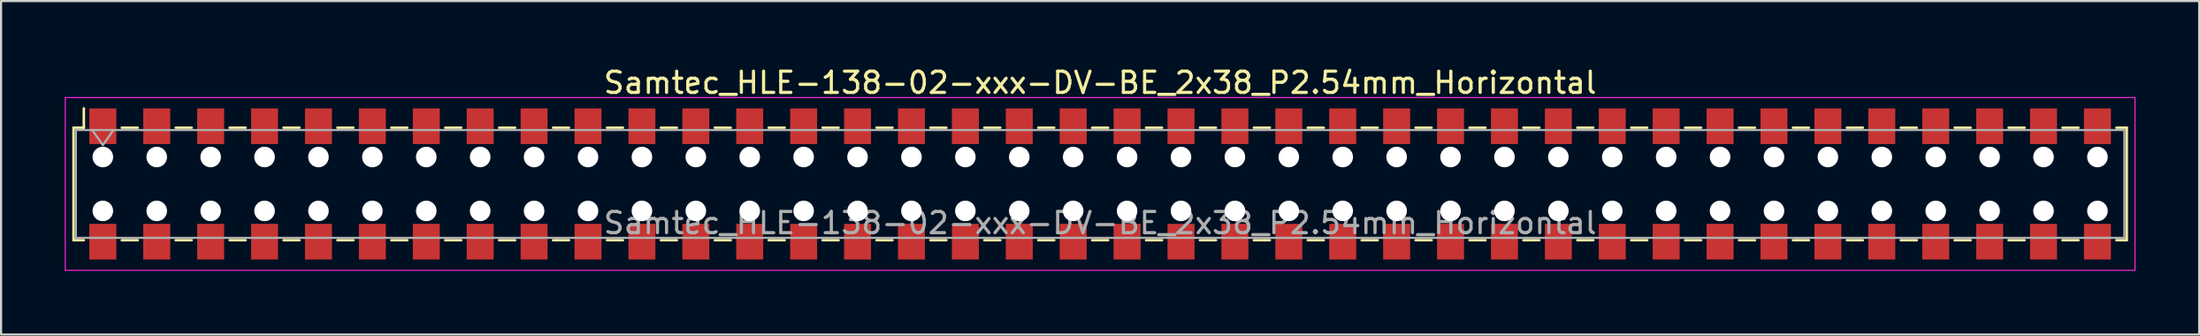
<source format=kicad_pcb>
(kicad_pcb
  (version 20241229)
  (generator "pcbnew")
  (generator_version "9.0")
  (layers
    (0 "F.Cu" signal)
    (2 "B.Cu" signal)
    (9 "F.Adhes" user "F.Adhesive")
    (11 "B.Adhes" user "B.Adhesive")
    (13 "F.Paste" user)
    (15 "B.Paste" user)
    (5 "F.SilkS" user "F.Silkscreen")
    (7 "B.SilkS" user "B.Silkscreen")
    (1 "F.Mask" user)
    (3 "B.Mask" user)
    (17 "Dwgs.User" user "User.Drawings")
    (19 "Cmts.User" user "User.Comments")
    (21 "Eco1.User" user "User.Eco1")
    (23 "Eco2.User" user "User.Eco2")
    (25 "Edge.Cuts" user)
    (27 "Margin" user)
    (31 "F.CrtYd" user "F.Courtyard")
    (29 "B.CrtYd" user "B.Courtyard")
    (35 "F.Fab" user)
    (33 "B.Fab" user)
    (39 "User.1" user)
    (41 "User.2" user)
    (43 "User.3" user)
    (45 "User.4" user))
  (footprint "Samtec_HLE-138-02-xxx-DV-BE_2x38_P2.54mm_Horizontal"
    (layer "F.Cu")
    (at 48.785 5.618)
    (property "Reference" "Samtec_HLE-138-02-xxx-DV-BE_2x38_P2.54mm_Horizontal" (at 0 -4.77 0) (layer "F.SilkS") (effects (font (size 1 1) (thickness 0.15))))
    (attr smd)
    (fp_line (start -48.37 -2.65) (end -48.37 2.65) (stroke (width 0.12) (type solid)) (layer "F.SilkS"))
    (fp_line (start -48.37 2.65) (end -47.885 2.65) (stroke (width 0.12) (type solid)) (layer "F.SilkS"))
    (fp_line (start -47.885 -3.56) (end -47.885 -2.65) (stroke (width 0.12) (type solid)) (layer "F.SilkS"))
    (fp_line (start -47.885 -2.65) (end -48.37 -2.65) (stroke (width 0.12) (type solid)) (layer "F.SilkS"))
    (fp_line (start -46.095 -2.65) (end -45.345 -2.65) (stroke (width 0.12) (type solid)) (layer "F.SilkS"))
    (fp_line (start -46.095 2.65) (end -45.345 2.65) (stroke (width 0.12) (type solid)) (layer "F.SilkS"))
    (fp_line (start -43.555 -2.65) (end -42.805 -2.65) (stroke (width 0.12) (type solid)) (layer "F.SilkS"))
    (fp_line (start -43.555 2.65) (end -42.805 2.65) (stroke (width 0.12) (type solid)) (layer "F.SilkS"))
    (fp_line (start -41.015 -2.65) (end -40.265 -2.65) (stroke (width 0.12) (type solid)) (layer "F.SilkS"))
    (fp_line (start -41.015 2.65) (end -40.265 2.65) (stroke (width 0.12) (type solid)) (layer "F.SilkS"))
    (fp_line (start -38.475 -2.65) (end -37.725 -2.65) (stroke (width 0.12) (type solid)) (layer "F.SilkS"))
    (fp_line (start -38.475 2.65) (end -37.725 2.65) (stroke (width 0.12) (type solid)) (layer "F.SilkS"))
    (fp_line (start -35.935 -2.65) (end -35.185 -2.65) (stroke (width 0.12) (type solid)) (layer "F.SilkS"))
    (fp_line (start -35.935 2.65) (end -35.185 2.65) (stroke (width 0.12) (type solid)) (layer "F.SilkS"))
    (fp_line (start -33.395 -2.65) (end -32.645 -2.65) (stroke (width 0.12) (type solid)) (layer "F.SilkS"))
    (fp_line (start -33.395 2.65) (end -32.645 2.65) (stroke (width 0.12) (type solid)) (layer "F.SilkS"))
    (fp_line (start -30.855 -2.65) (end -30.105 -2.65) (stroke (width 0.12) (type solid)) (layer "F.SilkS"))
    (fp_line (start -30.855 2.65) (end -30.105 2.65) (stroke (width 0.12) (type solid)) (layer "F.SilkS"))
    (fp_line (start -28.315 -2.65) (end -27.565 -2.65) (stroke (width 0.12) (type solid)) (layer "F.SilkS"))
    (fp_line (start -28.315 2.65) (end -27.565 2.65) (stroke (width 0.12) (type solid)) (layer "F.SilkS"))
    (fp_line (start -25.775 -2.65) (end -25.025 -2.65) (stroke (width 0.12) (type solid)) (layer "F.SilkS"))
    (fp_line (start -25.775 2.65) (end -25.025 2.65) (stroke (width 0.12) (type solid)) (layer "F.SilkS"))
    (fp_line (start -23.235 -2.65) (end -22.485 -2.65) (stroke (width 0.12) (type solid)) (layer "F.SilkS"))
    (fp_line (start -23.235 2.65) (end -22.485 2.65) (stroke (width 0.12) (type solid)) (layer "F.SilkS"))
    (fp_line (start -20.695 -2.65) (end -19.945 -2.65) (stroke (width 0.12) (type solid)) (layer "F.SilkS"))
    (fp_line (start -20.695 2.65) (end -19.945 2.65) (stroke (width 0.12) (type solid)) (layer "F.SilkS"))
    (fp_line (start -18.155 -2.65) (end -17.405 -2.65) (stroke (width 0.12) (type solid)) (layer "F.SilkS"))
    (fp_line (start -18.155 2.65) (end -17.405 2.65) (stroke (width 0.12) (type solid)) (layer "F.SilkS"))
    (fp_line (start -15.615 -2.65) (end -14.865 -2.65) (stroke (width 0.12) (type solid)) (layer "F.SilkS"))
    (fp_line (start -15.615 2.65) (end -14.865 2.65) (stroke (width 0.12) (type solid)) (layer "F.SilkS"))
    (fp_line (start -13.075 -2.65) (end -12.325 -2.65) (stroke (width 0.12) (type solid)) (layer "F.SilkS"))
    (fp_line (start -13.075 2.65) (end -12.325 2.65) (stroke (width 0.12) (type solid)) (layer "F.SilkS"))
    (fp_line (start -10.535 -2.65) (end -9.785 -2.65) (stroke (width 0.12) (type solid)) (layer "F.SilkS"))
    (fp_line (start -10.535 2.65) (end -9.785 2.65) (stroke (width 0.12) (type solid)) (layer "F.SilkS"))
    (fp_line (start -7.995 -2.65) (end -7.245 -2.65) (stroke (width 0.12) (type solid)) (layer "F.SilkS"))
    (fp_line (start -7.995 2.65) (end -7.245 2.65) (stroke (width 0.12) (type solid)) (layer "F.SilkS"))
    (fp_line (start -5.455 -2.65) (end -4.705 -2.65) (stroke (width 0.12) (type solid)) (layer "F.SilkS"))
    (fp_line (start -5.455 2.65) (end -4.705 2.65) (stroke (width 0.12) (type solid)) (layer "F.SilkS"))
    (fp_line (start -2.915 -2.65) (end -2.165 -2.65) (stroke (width 0.12) (type solid)) (layer "F.SilkS"))
    (fp_line (start -2.915 2.65) (end -2.165 2.65) (stroke (width 0.12) (type solid)) (layer "F.SilkS"))
    (fp_line (start -0.375 -2.65) (end 0.375 -2.65) (stroke (width 0.12) (type solid)) (layer "F.SilkS"))
    (fp_line (start -0.375 2.65) (end 0.375 2.65) (stroke (width 0.12) (type solid)) (layer "F.SilkS"))
    (fp_line (start 2.165 -2.65) (end 2.915 -2.65) (stroke (width 0.12) (type solid)) (layer "F.SilkS"))
    (fp_line (start 2.165 2.65) (end 2.915 2.65) (stroke (width 0.12) (type solid)) (layer "F.SilkS"))
    (fp_line (start 4.705 -2.65) (end 5.455 -2.65) (stroke (width 0.12) (type solid)) (layer "F.SilkS"))
    (fp_line (start 4.705 2.65) (end 5.455 2.65) (stroke (width 0.12) (type solid)) (layer "F.SilkS"))
    (fp_line (start 7.245 -2.65) (end 7.995 -2.65) (stroke (width 0.12) (type solid)) (layer "F.SilkS"))
    (fp_line (start 7.245 2.65) (end 7.995 2.65) (stroke (width 0.12) (type solid)) (layer "F.SilkS"))
    (fp_line (start 9.785 -2.65) (end 10.535 -2.65) (stroke (width 0.12) (type solid)) (layer "F.SilkS"))
    (fp_line (start 9.785 2.65) (end 10.535 2.65) (stroke (width 0.12) (type solid)) (layer "F.SilkS"))
    (fp_line (start 12.325 -2.65) (end 13.075 -2.65) (stroke (width 0.12) (type solid)) (layer "F.SilkS"))
    (fp_line (start 12.325 2.65) (end 13.075 2.65) (stroke (width 0.12) (type solid)) (layer "F.SilkS"))
    (fp_line (start 14.865 -2.65) (end 15.615 -2.65) (stroke (width 0.12) (type solid)) (layer "F.SilkS"))
    (fp_line (start 14.865 2.65) (end 15.615 2.65) (stroke (width 0.12) (type solid)) (layer "F.SilkS"))
    (fp_line (start 17.405 -2.65) (end 18.155 -2.65) (stroke (width 0.12) (type solid)) (layer "F.SilkS"))
    (fp_line (start 17.405 2.65) (end 18.155 2.65) (stroke (width 0.12) (type solid)) (layer "F.SilkS"))
    (fp_line (start 19.945 -2.65) (end 20.695 -2.65) (stroke (width 0.12) (type solid)) (layer "F.SilkS"))
    (fp_line (start 19.945 2.65) (end 20.695 2.65) (stroke (width 0.12) (type solid)) (layer "F.SilkS"))
    (fp_line (start 22.485 -2.65) (end 23.235 -2.65) (stroke (width 0.12) (type solid)) (layer "F.SilkS"))
    (fp_line (start 22.485 2.65) (end 23.235 2.65) (stroke (width 0.12) (type solid)) (layer "F.SilkS"))
    (fp_line (start 25.025 -2.65) (end 25.775 -2.65) (stroke (width 0.12) (type solid)) (layer "F.SilkS"))
    (fp_line (start 25.025 2.65) (end 25.775 2.65) (stroke (width 0.12) (type solid)) (layer "F.SilkS"))
    (fp_line (start 27.565 -2.65) (end 28.315 -2.65) (stroke (width 0.12) (type solid)) (layer "F.SilkS"))
    (fp_line (start 27.565 2.65) (end 28.315 2.65) (stroke (width 0.12) (type solid)) (layer "F.SilkS"))
    (fp_line (start 30.105 -2.65) (end 30.855 -2.65) (stroke (width 0.12) (type solid)) (layer "F.SilkS"))
    (fp_line (start 30.105 2.65) (end 30.855 2.65) (stroke (width 0.12) (type solid)) (layer "F.SilkS"))
    (fp_line (start 32.645 -2.65) (end 33.395 -2.65) (stroke (width 0.12) (type solid)) (layer "F.SilkS"))
    (fp_line (start 32.645 2.65) (end 33.395 2.65) (stroke (width 0.12) (type solid)) (layer "F.SilkS"))
    (fp_line (start 35.185 -2.65) (end 35.935 -2.65) (stroke (width 0.12) (type solid)) (layer "F.SilkS"))
    (fp_line (start 35.185 2.65) (end 35.935 2.65) (stroke (width 0.12) (type solid)) (layer "F.SilkS"))
    (fp_line (start 37.725 -2.65) (end 38.475 -2.65) (stroke (width 0.12) (type solid)) (layer "F.SilkS"))
    (fp_line (start 37.725 2.65) (end 38.475 2.65) (stroke (width 0.12) (type solid)) (layer "F.SilkS"))
    (fp_line (start 40.265 -2.65) (end 41.015 -2.65) (stroke (width 0.12) (type solid)) (layer "F.SilkS"))
    (fp_line (start 40.265 2.65) (end 41.015 2.65) (stroke (width 0.12) (type solid)) (layer "F.SilkS"))
    (fp_line (start 42.805 -2.65) (end 43.555 -2.65) (stroke (width 0.12) (type solid)) (layer "F.SilkS"))
    (fp_line (start 42.805 2.65) (end 43.555 2.65) (stroke (width 0.12) (type solid)) (layer "F.SilkS"))
    (fp_line (start 45.345 -2.65) (end 46.095 -2.65) (stroke (width 0.12) (type solid)) (layer "F.SilkS"))
    (fp_line (start 45.345 2.65) (end 46.095 2.65) (stroke (width 0.12) (type solid)) (layer "F.SilkS"))
    (fp_line (start 47.885 -2.65) (end 48.37 -2.65) (stroke (width 0.12) (type solid)) (layer "F.SilkS"))
    (fp_line (start 48.37 -2.65) (end 48.37 2.65) (stroke (width 0.12) (type solid)) (layer "F.SilkS"))
    (fp_line (start 48.37 2.65) (end 47.885 2.65) (stroke (width 0.12) (type solid)) (layer "F.SilkS"))
    (fp_line (start -48.76 -4.07) (end 48.76 -4.07) (stroke (width 0.05) (type solid)) (layer "F.CrtYd"))
    (fp_line (start -48.76 4.07) (end -48.76 -4.07) (stroke (width 0.05) (type solid)) (layer "F.CrtYd"))
    (fp_line (start 48.76 -4.07) (end 48.76 4.07) (stroke (width 0.05) (type solid)) (layer "F.CrtYd"))
    (fp_line (start 48.76 4.07) (end -48.76 4.07) (stroke (width 0.05) (type solid)) (layer "F.CrtYd"))
    (fp_line (start -48.26 -2.54) (end 48.26 -2.54) (stroke (width 0.1) (type solid)) (layer "F.Fab"))
    (fp_line (start -48.26 2.54) (end -48.26 -2.54) (stroke (width 0.1) (type solid)) (layer "F.Fab"))
    (fp_line (start -47.49 -2.54) (end -46.99 -1.833) (stroke (width 0.1) (type solid)) (layer "F.Fab"))
    (fp_line (start -46.99 -1.833) (end -46.49 -2.54) (stroke (width 0.1) (type solid)) (layer "F.Fab"))
    (fp_line (start 48.26 -2.54) (end 48.26 2.54) (stroke (width 0.1) (type solid)) (layer "F.Fab"))
    (fp_line (start 48.26 2.54) (end -48.26 2.54) (stroke (width 0.1) (type solid)) (layer "F.Fab"))
    (fp_text user "${REFERENCE}" (at 0 1.84 0) (layer "F.Fab") (effects (font (size 1 1) (thickness 0.15))))
    (pad "" np_thru_hole circle (at -46.99 -1.27) (size 0.97 0.97) (drill 0.97) (layers "*.Cu" "*.Mask"))
    (pad "" np_thru_hole circle (at -46.99 1.27) (size 0.97 0.97) (drill 0.97) (layers "*.Cu" "*.Mask"))
    (pad "" np_thru_hole circle (at -44.45 -1.27) (size 0.97 0.97) (drill 0.97) (layers "*.Cu" "*.Mask"))
    (pad "" np_thru_hole circle (at -44.45 1.27) (size 0.97 0.97) (drill 0.97) (layers "*.Cu" "*.Mask"))
    (pad "" np_thru_hole circle (at -41.91 -1.27) (size 0.97 0.97) (drill 0.97) (layers "*.Cu" "*.Mask"))
    (pad "" np_thru_hole circle (at -41.91 1.27) (size 0.97 0.97) (drill 0.97) (layers "*.Cu" "*.Mask"))
    (pad "" np_thru_hole circle (at -39.37 -1.27) (size 0.97 0.97) (drill 0.97) (layers "*.Cu" "*.Mask"))
    (pad "" np_thru_hole circle (at -39.37 1.27) (size 0.97 0.97) (drill 0.97) (layers "*.Cu" "*.Mask"))
    (pad "" np_thru_hole circle (at -36.83 -1.27) (size 0.97 0.97) (drill 0.97) (layers "*.Cu" "*.Mask"))
    (pad "" np_thru_hole circle (at -36.83 1.27) (size 0.97 0.97) (drill 0.97) (layers "*.Cu" "*.Mask"))
    (pad "" np_thru_hole circle (at -34.29 -1.27) (size 0.97 0.97) (drill 0.97) (layers "*.Cu" "*.Mask"))
    (pad "" np_thru_hole circle (at -34.29 1.27) (size 0.97 0.97) (drill 0.97) (layers "*.Cu" "*.Mask"))
    (pad "" np_thru_hole circle (at -31.75 -1.27) (size 0.97 0.97) (drill 0.97) (layers "*.Cu" "*.Mask"))
    (pad "" np_thru_hole circle (at -31.75 1.27) (size 0.97 0.97) (drill 0.97) (layers "*.Cu" "*.Mask"))
    (pad "" np_thru_hole circle (at -29.21 -1.27) (size 0.97 0.97) (drill 0.97) (layers "*.Cu" "*.Mask"))
    (pad "" np_thru_hole circle (at -29.21 1.27) (size 0.97 0.97) (drill 0.97) (layers "*.Cu" "*.Mask"))
    (pad "" np_thru_hole circle (at -26.67 -1.27) (size 0.97 0.97) (drill 0.97) (layers "*.Cu" "*.Mask"))
    (pad "" np_thru_hole circle (at -26.67 1.27) (size 0.97 0.97) (drill 0.97) (layers "*.Cu" "*.Mask"))
    (pad "" np_thru_hole circle (at -24.13 -1.27) (size 0.97 0.97) (drill 0.97) (layers "*.Cu" "*.Mask"))
    (pad "" np_thru_hole circle (at -24.13 1.27) (size 0.97 0.97) (drill 0.97) (layers "*.Cu" "*.Mask"))
    (pad "" np_thru_hole circle (at -21.59 -1.27) (size 0.97 0.97) (drill 0.97) (layers "*.Cu" "*.Mask"))
    (pad "" np_thru_hole circle (at -21.59 1.27) (size 0.97 0.97) (drill 0.97) (layers "*.Cu" "*.Mask"))
    (pad "" np_thru_hole circle (at -19.05 -1.27) (size 0.97 0.97) (drill 0.97) (layers "*.Cu" "*.Mask"))
    (pad "" np_thru_hole circle (at -19.05 1.27) (size 0.97 0.97) (drill 0.97) (layers "*.Cu" "*.Mask"))
    (pad "" np_thru_hole circle (at -16.51 -1.27) (size 0.97 0.97) (drill 0.97) (layers "*.Cu" "*.Mask"))
    (pad "" np_thru_hole circle (at -16.51 1.27) (size 0.97 0.97) (drill 0.97) (layers "*.Cu" "*.Mask"))
    (pad "" np_thru_hole circle (at -13.97 -1.27) (size 0.97 0.97) (drill 0.97) (layers "*.Cu" "*.Mask"))
    (pad "" np_thru_hole circle (at -13.97 1.27) (size 0.97 0.97) (drill 0.97) (layers "*.Cu" "*.Mask"))
    (pad "" np_thru_hole circle (at -11.43 -1.27) (size 0.97 0.97) (drill 0.97) (layers "*.Cu" "*.Mask"))
    (pad "" np_thru_hole circle (at -11.43 1.27) (size 0.97 0.97) (drill 0.97) (layers "*.Cu" "*.Mask"))
    (pad "" np_thru_hole circle (at -8.89 -1.27) (size 0.97 0.97) (drill 0.97) (layers "*.Cu" "*.Mask"))
    (pad "" np_thru_hole circle (at -8.89 1.27) (size 0.97 0.97) (drill 0.97) (layers "*.Cu" "*.Mask"))
    (pad "" np_thru_hole circle (at -6.35 -1.27) (size 0.97 0.97) (drill 0.97) (layers "*.Cu" "*.Mask"))
    (pad "" np_thru_hole circle (at -6.35 1.27) (size 0.97 0.97) (drill 0.97) (layers "*.Cu" "*.Mask"))
    (pad "" np_thru_hole circle (at -3.81 -1.27) (size 0.97 0.97) (drill 0.97) (layers "*.Cu" "*.Mask"))
    (pad "" np_thru_hole circle (at -3.81 1.27) (size 0.97 0.97) (drill 0.97) (layers "*.Cu" "*.Mask"))
    (pad "" np_thru_hole circle (at -1.27 -1.27) (size 0.97 0.97) (drill 0.97) (layers "*.Cu" "*.Mask"))
    (pad "" np_thru_hole circle (at -1.27 1.27) (size 0.97 0.97) (drill 0.97) (layers "*.Cu" "*.Mask"))
    (pad "" np_thru_hole circle (at 1.27 -1.27) (size 0.97 0.97) (drill 0.97) (layers "*.Cu" "*.Mask"))
    (pad "" np_thru_hole circle (at 1.27 1.27) (size 0.97 0.97) (drill 0.97) (layers "*.Cu" "*.Mask"))
    (pad "" np_thru_hole circle (at 3.81 -1.27) (size 0.97 0.97) (drill 0.97) (layers "*.Cu" "*.Mask"))
    (pad "" np_thru_hole circle (at 3.81 1.27) (size 0.97 0.97) (drill 0.97) (layers "*.Cu" "*.Mask"))
    (pad "" np_thru_hole circle (at 6.35 -1.27) (size 0.97 0.97) (drill 0.97) (layers "*.Cu" "*.Mask"))
    (pad "" np_thru_hole circle (at 6.35 1.27) (size 0.97 0.97) (drill 0.97) (layers "*.Cu" "*.Mask"))
    (pad "" np_thru_hole circle (at 8.89 -1.27) (size 0.97 0.97) (drill 0.97) (layers "*.Cu" "*.Mask"))
    (pad "" np_thru_hole circle (at 8.89 1.27) (size 0.97 0.97) (drill 0.97) (layers "*.Cu" "*.Mask"))
    (pad "" np_thru_hole circle (at 11.43 -1.27) (size 0.97 0.97) (drill 0.97) (layers "*.Cu" "*.Mask"))
    (pad "" np_thru_hole circle (at 11.43 1.27) (size 0.97 0.97) (drill 0.97) (layers "*.Cu" "*.Mask"))
    (pad "" np_thru_hole circle (at 13.97 -1.27) (size 0.97 0.97) (drill 0.97) (layers "*.Cu" "*.Mask"))
    (pad "" np_thru_hole circle (at 13.97 1.27) (size 0.97 0.97) (drill 0.97) (layers "*.Cu" "*.Mask"))
    (pad "" np_thru_hole circle (at 16.51 -1.27) (size 0.97 0.97) (drill 0.97) (layers "*.Cu" "*.Mask"))
    (pad "" np_thru_hole circle (at 16.51 1.27) (size 0.97 0.97) (drill 0.97) (layers "*.Cu" "*.Mask"))
    (pad "" np_thru_hole circle (at 19.05 -1.27) (size 0.97 0.97) (drill 0.97) (layers "*.Cu" "*.Mask"))
    (pad "" np_thru_hole circle (at 19.05 1.27) (size 0.97 0.97) (drill 0.97) (layers "*.Cu" "*.Mask"))
    (pad "" np_thru_hole circle (at 21.59 -1.27) (size 0.97 0.97) (drill 0.97) (layers "*.Cu" "*.Mask"))
    (pad "" np_thru_hole circle (at 21.59 1.27) (size 0.97 0.97) (drill 0.97) (layers "*.Cu" "*.Mask"))
    (pad "" np_thru_hole circle (at 24.13 -1.27) (size 0.97 0.97) (drill 0.97) (layers "*.Cu" "*.Mask"))
    (pad "" np_thru_hole circle (at 24.13 1.27) (size 0.97 0.97) (drill 0.97) (layers "*.Cu" "*.Mask"))
    (pad "" np_thru_hole circle (at 26.67 -1.27) (size 0.97 0.97) (drill 0.97) (layers "*.Cu" "*.Mask"))
    (pad "" np_thru_hole circle (at 26.67 1.27) (size 0.97 0.97) (drill 0.97) (layers "*.Cu" "*.Mask"))
    (pad "" np_thru_hole circle (at 29.21 -1.27) (size 0.97 0.97) (drill 0.97) (layers "*.Cu" "*.Mask"))
    (pad "" np_thru_hole circle (at 29.21 1.27) (size 0.97 0.97) (drill 0.97) (layers "*.Cu" "*.Mask"))
    (pad "" np_thru_hole circle (at 31.75 -1.27) (size 0.97 0.97) (drill 0.97) (layers "*.Cu" "*.Mask"))
    (pad "" np_thru_hole circle (at 31.75 1.27) (size 0.97 0.97) (drill 0.97) (layers "*.Cu" "*.Mask"))
    (pad "" np_thru_hole circle (at 34.29 -1.27) (size 0.97 0.97) (drill 0.97) (layers "*.Cu" "*.Mask"))
    (pad "" np_thru_hole circle (at 34.29 1.27) (size 0.97 0.97) (drill 0.97) (layers "*.Cu" "*.Mask"))
    (pad "" np_thru_hole circle (at 36.83 -1.27) (size 0.97 0.97) (drill 0.97) (layers "*.Cu" "*.Mask"))
    (pad "" np_thru_hole circle (at 36.83 1.27) (size 0.97 0.97) (drill 0.97) (layers "*.Cu" "*.Mask"))
    (pad "" np_thru_hole circle (at 39.37 -1.27) (size 0.97 0.97) (drill 0.97) (layers "*.Cu" "*.Mask"))
    (pad "" np_thru_hole circle (at 39.37 1.27) (size 0.97 0.97) (drill 0.97) (layers "*.Cu" "*.Mask"))
    (pad "" np_thru_hole circle (at 41.91 -1.27) (size 0.97 0.97) (drill 0.97) (layers "*.Cu" "*.Mask"))
    (pad "" np_thru_hole circle (at 41.91 1.27) (size 0.97 0.97) (drill 0.97) (layers "*.Cu" "*.Mask"))
    (pad "" np_thru_hole circle (at 44.45 -1.27) (size 0.97 0.97) (drill 0.97) (layers "*.Cu" "*.Mask"))
    (pad "" np_thru_hole circle (at 44.45 1.27) (size 0.97 0.97) (drill 0.97) (layers "*.Cu" "*.Mask"))
    (pad "" np_thru_hole circle (at 46.99 -1.27) (size 0.97 0.97) (drill 0.97) (layers "*.Cu" "*.Mask"))
    (pad "" np_thru_hole circle (at 46.99 1.27) (size 0.97 0.97) (drill 0.97) (layers "*.Cu" "*.Mask"))
    (pad "1" smd rect (at -46.99 -2.72) (size 1.27 1.68) (layers "F.Cu" "F.Mask" "F.Paste"))
    (pad "2" smd rect (at -46.99 2.72) (size 1.27 1.68) (layers "F.Cu" "F.Mask" "F.Paste"))
    (pad "3" smd rect (at -44.45 -2.72) (size 1.27 1.68) (layers "F.Cu" "F.Mask" "F.Paste"))
    (pad "4" smd rect (at -44.45 2.72) (size 1.27 1.68) (layers "F.Cu" "F.Mask" "F.Paste"))
    (pad "5" smd rect (at -41.91 -2.72) (size 1.27 1.68) (layers "F.Cu" "F.Mask" "F.Paste"))
    (pad "6" smd rect (at -41.91 2.72) (size 1.27 1.68) (layers "F.Cu" "F.Mask" "F.Paste"))
    (pad "7" smd rect (at -39.37 -2.72) (size 1.27 1.68) (layers "F.Cu" "F.Mask" "F.Paste"))
    (pad "8" smd rect (at -39.37 2.72) (size 1.27 1.68) (layers "F.Cu" "F.Mask" "F.Paste"))
    (pad "9" smd rect (at -36.83 -2.72) (size 1.27 1.68) (layers "F.Cu" "F.Mask" "F.Paste"))
    (pad "10" smd rect (at -36.83 2.72) (size 1.27 1.68) (layers "F.Cu" "F.Mask" "F.Paste"))
    (pad "11" smd rect (at -34.29 -2.72) (size 1.27 1.68) (layers "F.Cu" "F.Mask" "F.Paste"))
    (pad "12" smd rect (at -34.29 2.72) (size 1.27 1.68) (layers "F.Cu" "F.Mask" "F.Paste"))
    (pad "13" smd rect (at -31.75 -2.72) (size 1.27 1.68) (layers "F.Cu" "F.Mask" "F.Paste"))
    (pad "14" smd rect (at -31.75 2.72) (size 1.27 1.68) (layers "F.Cu" "F.Mask" "F.Paste"))
    (pad "15" smd rect (at -29.21 -2.72) (size 1.27 1.68) (layers "F.Cu" "F.Mask" "F.Paste"))
    (pad "16" smd rect (at -29.21 2.72) (size 1.27 1.68) (layers "F.Cu" "F.Mask" "F.Paste"))
    (pad "17" smd rect (at -26.67 -2.72) (size 1.27 1.68) (layers "F.Cu" "F.Mask" "F.Paste"))
    (pad "18" smd rect (at -26.67 2.72) (size 1.27 1.68) (layers "F.Cu" "F.Mask" "F.Paste"))
    (pad "19" smd rect (at -24.13 -2.72) (size 1.27 1.68) (layers "F.Cu" "F.Mask" "F.Paste"))
    (pad "20" smd rect (at -24.13 2.72) (size 1.27 1.68) (layers "F.Cu" "F.Mask" "F.Paste"))
    (pad "21" smd rect (at -21.59 -2.72) (size 1.27 1.68) (layers "F.Cu" "F.Mask" "F.Paste"))
    (pad "22" smd rect (at -21.59 2.72) (size 1.27 1.68) (layers "F.Cu" "F.Mask" "F.Paste"))
    (pad "23" smd rect (at -19.05 -2.72) (size 1.27 1.68) (layers "F.Cu" "F.Mask" "F.Paste"))
    (pad "24" smd rect (at -19.05 2.72) (size 1.27 1.68) (layers "F.Cu" "F.Mask" "F.Paste"))
    (pad "25" smd rect (at -16.51 -2.72) (size 1.27 1.68) (layers "F.Cu" "F.Mask" "F.Paste"))
    (pad "26" smd rect (at -16.51 2.72) (size 1.27 1.68) (layers "F.Cu" "F.Mask" "F.Paste"))
    (pad "27" smd rect (at -13.97 -2.72) (size 1.27 1.68) (layers "F.Cu" "F.Mask" "F.Paste"))
    (pad "28" smd rect (at -13.97 2.72) (size 1.27 1.68) (layers "F.Cu" "F.Mask" "F.Paste"))
    (pad "29" smd rect (at -11.43 -2.72) (size 1.27 1.68) (layers "F.Cu" "F.Mask" "F.Paste"))
    (pad "30" smd rect (at -11.43 2.72) (size 1.27 1.68) (layers "F.Cu" "F.Mask" "F.Paste"))
    (pad "31" smd rect (at -8.89 -2.72) (size 1.27 1.68) (layers "F.Cu" "F.Mask" "F.Paste"))
    (pad "32" smd rect (at -8.89 2.72) (size 1.27 1.68) (layers "F.Cu" "F.Mask" "F.Paste"))
    (pad "33" smd rect (at -6.35 -2.72) (size 1.27 1.68) (layers "F.Cu" "F.Mask" "F.Paste"))
    (pad "34" smd rect (at -6.35 2.72) (size 1.27 1.68) (layers "F.Cu" "F.Mask" "F.Paste"))
    (pad "35" smd rect (at -3.81 -2.72) (size 1.27 1.68) (layers "F.Cu" "F.Mask" "F.Paste"))
    (pad "36" smd rect (at -3.81 2.72) (size 1.27 1.68) (layers "F.Cu" "F.Mask" "F.Paste"))
    (pad "37" smd rect (at -1.27 -2.72) (size 1.27 1.68) (layers "F.Cu" "F.Mask" "F.Paste"))
    (pad "38" smd rect (at -1.27 2.72) (size 1.27 1.68) (layers "F.Cu" "F.Mask" "F.Paste"))
    (pad "39" smd rect (at 1.27 -2.72) (size 1.27 1.68) (layers "F.Cu" "F.Mask" "F.Paste"))
    (pad "40" smd rect (at 1.27 2.72) (size 1.27 1.68) (layers "F.Cu" "F.Mask" "F.Paste"))
    (pad "41" smd rect (at 3.81 -2.72) (size 1.27 1.68) (layers "F.Cu" "F.Mask" "F.Paste"))
    (pad "42" smd rect (at 3.81 2.72) (size 1.27 1.68) (layers "F.Cu" "F.Mask" "F.Paste"))
    (pad "43" smd rect (at 6.35 -2.72) (size 1.27 1.68) (layers "F.Cu" "F.Mask" "F.Paste"))
    (pad "44" smd rect (at 6.35 2.72) (size 1.27 1.68) (layers "F.Cu" "F.Mask" "F.Paste"))
    (pad "45" smd rect (at 8.89 -2.72) (size 1.27 1.68) (layers "F.Cu" "F.Mask" "F.Paste"))
    (pad "46" smd rect (at 8.89 2.72) (size 1.27 1.68) (layers "F.Cu" "F.Mask" "F.Paste"))
    (pad "47" smd rect (at 11.43 -2.72) (size 1.27 1.68) (layers "F.Cu" "F.Mask" "F.Paste"))
    (pad "48" smd rect (at 11.43 2.72) (size 1.27 1.68) (layers "F.Cu" "F.Mask" "F.Paste"))
    (pad "49" smd rect (at 13.97 -2.72) (size 1.27 1.68) (layers "F.Cu" "F.Mask" "F.Paste"))
    (pad "50" smd rect (at 13.97 2.72) (size 1.27 1.68) (layers "F.Cu" "F.Mask" "F.Paste"))
    (pad "51" smd rect (at 16.51 -2.72) (size 1.27 1.68) (layers "F.Cu" "F.Mask" "F.Paste"))
    (pad "52" smd rect (at 16.51 2.72) (size 1.27 1.68) (layers "F.Cu" "F.Mask" "F.Paste"))
    (pad "53" smd rect (at 19.05 -2.72) (size 1.27 1.68) (layers "F.Cu" "F.Mask" "F.Paste"))
    (pad "54" smd rect (at 19.05 2.72) (size 1.27 1.68) (layers "F.Cu" "F.Mask" "F.Paste"))
    (pad "55" smd rect (at 21.59 -2.72) (size 1.27 1.68) (layers "F.Cu" "F.Mask" "F.Paste"))
    (pad "56" smd rect (at 21.59 2.72) (size 1.27 1.68) (layers "F.Cu" "F.Mask" "F.Paste"))
    (pad "57" smd rect (at 24.13 -2.72) (size 1.27 1.68) (layers "F.Cu" "F.Mask" "F.Paste"))
    (pad "58" smd rect (at 24.13 2.72) (size 1.27 1.68) (layers "F.Cu" "F.Mask" "F.Paste"))
    (pad "59" smd rect (at 26.67 -2.72) (size 1.27 1.68) (layers "F.Cu" "F.Mask" "F.Paste"))
    (pad "60" smd rect (at 26.67 2.72) (size 1.27 1.68) (layers "F.Cu" "F.Mask" "F.Paste"))
    (pad "61" smd rect (at 29.21 -2.72) (size 1.27 1.68) (layers "F.Cu" "F.Mask" "F.Paste"))
    (pad "62" smd rect (at 29.21 2.72) (size 1.27 1.68) (layers "F.Cu" "F.Mask" "F.Paste"))
    (pad "63" smd rect (at 31.75 -2.72) (size 1.27 1.68) (layers "F.Cu" "F.Mask" "F.Paste"))
    (pad "64" smd rect (at 31.75 2.72) (size 1.27 1.68) (layers "F.Cu" "F.Mask" "F.Paste"))
    (pad "65" smd rect (at 34.29 -2.72) (size 1.27 1.68) (layers "F.Cu" "F.Mask" "F.Paste"))
    (pad "66" smd rect (at 34.29 2.72) (size 1.27 1.68) (layers "F.Cu" "F.Mask" "F.Paste"))
    (pad "67" smd rect (at 36.83 -2.72) (size 1.27 1.68) (layers "F.Cu" "F.Mask" "F.Paste"))
    (pad "68" smd rect (at 36.83 2.72) (size 1.27 1.68) (layers "F.Cu" "F.Mask" "F.Paste"))
    (pad "69" smd rect (at 39.37 -2.72) (size 1.27 1.68) (layers "F.Cu" "F.Mask" "F.Paste"))
    (pad "70" smd rect (at 39.37 2.72) (size 1.27 1.68) (layers "F.Cu" "F.Mask" "F.Paste"))
    (pad "71" smd rect (at 41.91 -2.72) (size 1.27 1.68) (layers "F.Cu" "F.Mask" "F.Paste"))
    (pad "72" smd rect (at 41.91 2.72) (size 1.27 1.68) (layers "F.Cu" "F.Mask" "F.Paste"))
    (pad "73" smd rect (at 44.45 -2.72) (size 1.27 1.68) (layers "F.Cu" "F.Mask" "F.Paste"))
    (pad "74" smd rect (at 44.45 2.72) (size 1.27 1.68) (layers "F.Cu" "F.Mask" "F.Paste"))
    (pad "75" smd rect (at 46.99 -2.72) (size 1.27 1.68) (layers "F.Cu" "F.Mask" "F.Paste"))
    (pad "76" smd rect (at 46.99 2.72) (size 1.27 1.68) (layers "F.Cu" "F.Mask" "F.Paste")))
  (gr_rect
    (start -3 -3)
    (end 100.57 12.713)
    (stroke (width 0.1) (type default))
    (fill no)
    (layer "Edge.Cuts")))
</source>
